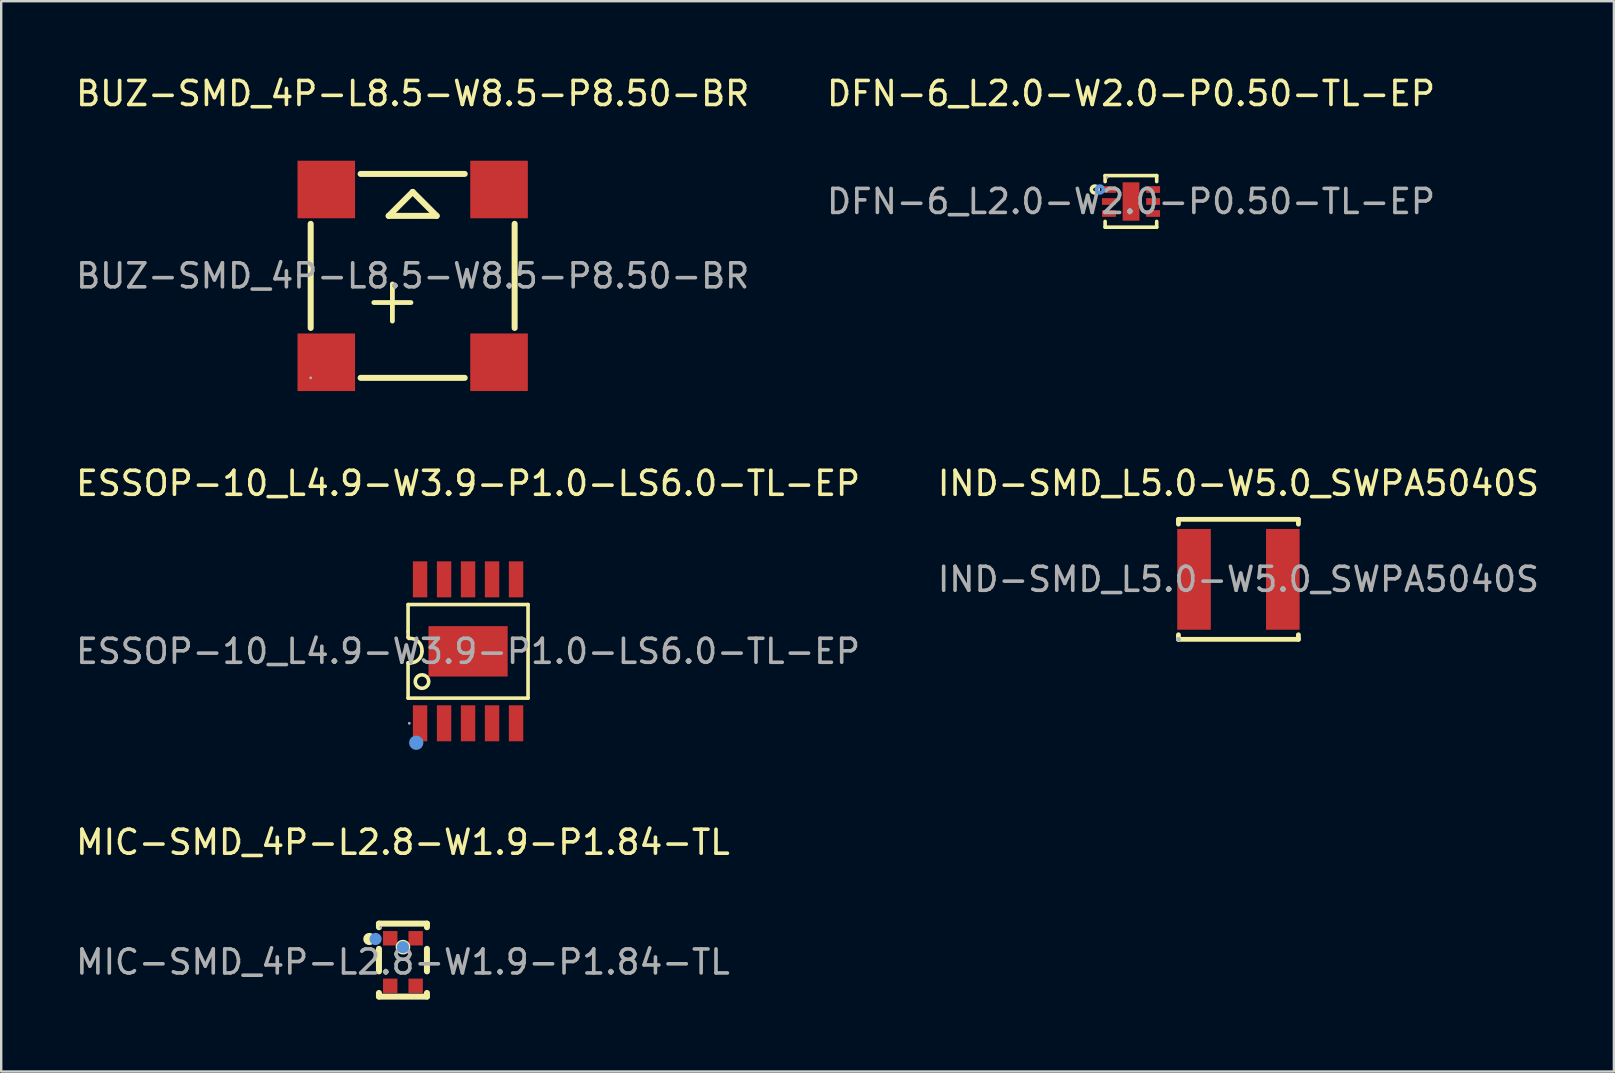
<source format=kicad_pcb>
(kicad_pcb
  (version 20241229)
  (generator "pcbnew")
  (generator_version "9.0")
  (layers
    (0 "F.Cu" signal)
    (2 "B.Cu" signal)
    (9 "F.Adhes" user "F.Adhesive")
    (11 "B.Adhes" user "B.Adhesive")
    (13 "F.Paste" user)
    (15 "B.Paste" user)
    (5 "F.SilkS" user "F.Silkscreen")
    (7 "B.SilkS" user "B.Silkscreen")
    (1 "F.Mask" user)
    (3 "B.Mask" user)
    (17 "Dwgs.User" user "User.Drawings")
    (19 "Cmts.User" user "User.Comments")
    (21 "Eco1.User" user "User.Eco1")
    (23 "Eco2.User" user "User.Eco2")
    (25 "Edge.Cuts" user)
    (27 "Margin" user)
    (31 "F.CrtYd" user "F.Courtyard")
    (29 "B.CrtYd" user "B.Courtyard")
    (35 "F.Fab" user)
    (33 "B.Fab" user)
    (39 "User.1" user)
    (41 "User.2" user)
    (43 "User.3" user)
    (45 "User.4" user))
  (footprint "MIC-SMD_4P-L2.8-W1.9-P1.84-TL"
    (layer "F.Cu")
    (at 13.744 37.045)
    (property "Reference" "MIC-SMD_4P-L2.8-W1.9-P1.84-TL" (at 0 -4.99 0) (layer "F.SilkS") (effects (font (size 1 1) (thickness 0.15))))
    (attr smd)
    (fp_line (start -1 -1.6) (end -1 -1.45) (stroke (width 0.25) (type solid)) (layer "F.SilkS"))
    (fp_line (start -1 -1.6) (end 1 -1.6) (stroke (width 0.25) (type solid)) (layer "F.SilkS"))
    (fp_line (start -1 -0.55) (end -1 0.39) (stroke (width 0.25) (type solid)) (layer "F.SilkS"))
    (fp_line (start -1 1.29) (end -1 1.44) (stroke (width 0.25) (type solid)) (layer "F.SilkS"))
    (fp_line (start -1 1.44) (end 1 1.44) (stroke (width 0.25) (type solid)) (layer "F.SilkS"))
    (fp_line (start 1 -1.6) (end 1 -1.45) (stroke (width 0.25) (type solid)) (layer "F.SilkS"))
    (fp_line (start 1 -0.55) (end 1 0.39) (stroke (width 0.25) (type solid)) (layer "F.SilkS"))
    (fp_line (start 1 1.29) (end 1 1.44) (stroke (width 0.25) (type solid)) (layer "F.SilkS"))
    (fp_circle (center -1.4 -0.96) (end -1.27 -0.96) (stroke (width 0.25) (type solid)) (fill no) (layer "F.SilkS"))
    (fp_circle (center 0 -0.62) (end 0.18 -0.62) (stroke (width 0.25) (type solid)) (fill no) (layer "F.SilkS"))
    (fp_circle (center -1.14 -0.96) (end -1.01 -0.96) (stroke (width 0.25) (type solid)) (fill no) (layer "Cmts.User"))
    (fp_circle (center 0 -0.62) (end 0.13 -0.62) (stroke (width 0.25) (type solid)) (fill no) (layer "Cmts.User"))
    (fp_circle (center -0.93 -1.45) (end -0.9 -1.45) (stroke (width 0.06) (type solid)) (fill no) (layer "F.Fab"))
    (fp_text user "${REFERENCE}" (at 0 0 0) (layer "F.Fab") (effects (font (size 1 1) (thickness 0.15))))
    (pad "1" smd rect (at -0.53 -0.99) (size 0.6 0.6) (layers "F.Cu" "F.Mask" "F.Paste"))
    (pad "2" smd rect (at -0.53 0.99) (size 0.6 0.6) (layers "F.Cu" "F.Mask" "F.Paste"))
    (pad "3" smd rect (at 0.53 0.99) (size 0.6 0.6) (layers "F.Cu" "F.Mask" "F.Paste"))
    (pad "4" smd rect (at 0.53 -0.99) (size 0.6 0.6) (layers "F.Cu" "F.Mask" "F.Paste")))
  (footprint "BUZ-SMD_4P-L8.5-W8.5-P8.50-BR"
    (layer "F.Cu")
    (at 14.149 8.448)
    (property "Reference" "BUZ-SMD_4P-L8.5-W8.5-P8.50-BR" (at 0 -7.6 0) (layer "F.SilkS") (effects (font (size 1 1) (thickness 0.15))))
    (attr smd)
    (fp_line (start -4.25 2.17) (end -4.25 -2.17) (stroke (width 0.25) (type solid)) (layer "F.SilkS"))
    (fp_line (start -2.17 -4.25) (end 2.17 -4.25) (stroke (width 0.25) (type solid)) (layer "F.SilkS"))
    (fp_line (start -1 -2.5) (end 1 -2.5) (stroke (width 0.25) (type solid)) (layer "F.SilkS"))
    (fp_line (start 0 -3.5) (end -1 -2.5) (stroke (width 0.25) (type solid)) (layer "F.SilkS"))
    (fp_line (start 1 -2.5) (end 0 -3.5) (stroke (width 0.25) (type solid)) (layer "F.SilkS"))
    (fp_line (start 2.17 4.25) (end -2.17 4.25) (stroke (width 0.25) (type solid)) (layer "F.SilkS"))
    (fp_line (start 4.25 -2.17) (end 4.25 2.17) (stroke (width 0.25) (type solid)) (layer "F.SilkS"))
    (fp_circle (center -4.25 4.25) (end -4.22 4.25) (stroke (width 0.06) (type solid)) (fill no) (layer "F.Fab"))
    (fp_text user "+" (at -1 2.5 90) (layer "F.SilkS") (effects (font (size 2.03 2.03) (thickness 0.2)) (justify left)))
    (fp_text user "${REFERENCE}" (at 0 0 0) (layer "F.Fab") (effects (font (size 1 1) (thickness 0.15))))
    (pad "1" smd rect (at -3.6 3.6) (size 2.4 2.4) (layers "F.Cu" "F.Mask" "F.Paste"))
    (pad "2" smd rect (at 3.6 3.6) (size 2.4 2.4) (layers "F.Cu" "F.Mask" "F.Paste"))
    (pad "3" smd rect (at 3.6 -3.6) (size 2.4 2.4) (layers "F.Cu" "F.Mask" "F.Paste"))
    (pad "4" smd rect (at -3.6 -3.6) (size 2.4 2.4) (layers "F.Cu" "F.Mask" "F.Paste")))
  (footprint "DFN-6_L2.0-W2.0-P0.50-TL-EP"
    (layer "F.Cu")
    (at 44.089 5.348)
    (property "Reference" "DFN-6_L2.0-W2.0-P0.50-TL-EP" (at 0 -4.5 0) (layer "F.SilkS") (effects (font (size 1 1) (thickness 0.15))))
    (attr through_hole)
    (fp_line (start -1.08 -1.08) (end 1.07 -1.08) (stroke (width 0.15) (type solid)) (layer "F.SilkS"))
    (fp_line (start -1.08 -0.83) (end -1.08 -1.08) (stroke (width 0.15) (type solid)) (layer "F.SilkS"))
    (fp_line (start -1.08 0.83) (end -1.08 1.07) (stroke (width 0.15) (type solid)) (layer "F.SilkS"))
    (fp_line (start -1.08 1.07) (end 1.07 1.07) (stroke (width 0.15) (type solid)) (layer "F.SilkS"))
    (fp_line (start 1.07 -1.08) (end 1.07 -0.83) (stroke (width 0.15) (type solid)) (layer "F.SilkS"))
    (fp_line (start 1.07 1.07) (end 1.07 0.83) (stroke (width 0.15) (type solid)) (layer "F.SilkS"))
    (fp_circle (center -1.51 -0.5) (end -1.44 -0.5) (stroke (width 0.15) (type solid)) (fill no) (layer "F.SilkS"))
    (fp_circle (center -1.3 -0.5) (end -1.23 -0.5) (stroke (width 0.15) (type solid)) (fill no) (layer "Cmts.User"))
    (fp_circle (center -1 -1) (end -0.97 -1) (stroke (width 0.06) (type solid)) (fill no) (layer "F.Fab"))
    (fp_text user "${REFERENCE}" (at 0 0 0) (layer "F.Fab") (effects (font (size 1 1) (thickness 0.15))))
    (pad "1" smd rect (at -0.92 -0.5 270) (size 0.28 0.58) (layers "F.Cu" "F.Mask" "F.Paste"))
    (pad "2" smd rect (at -0.92 0 270) (size 0.28 0.58) (layers "F.Cu" "F.Mask" "F.Paste"))
    (pad "3" smd rect (at -0.92 0.5 270) (size 0.28 0.58) (layers "F.Cu" "F.Mask" "F.Paste"))
    (pad "4" smd rect (at 0.92 0.5 270) (size 0.28 0.58) (layers "F.Cu" "F.Mask" "F.Paste"))
    (pad "5" smd rect (at 0.92 0 270) (size 0.28 0.58) (layers "F.Cu" "F.Mask" "F.Paste"))
    (pad "6" smd rect (at 0.92 -0.5 270) (size 0.28 0.58) (layers "F.Cu" "F.Mask" "F.Paste"))
    (pad "7" smd rect (at 0 0 270) (size 1.6 0.7) (layers "F.Cu" "F.Mask" "F.Paste")))
  (footprint "IND-SMD_L5.0-W5.0_SWPA5040S"
    (layer "F.Cu")
    (at 48.565 21.096)
    (property "Reference" "IND-SMD_L5.0-W5.0_SWPA5040S" (at 0 -4 0) (layer "F.SilkS") (effects (font (size 1 1) (thickness 0.15))))
    (attr smd)
    (fp_line (start -2.5 -2.5) (end -2.5 -2.3) (stroke (width 0.2) (type solid)) (layer "F.SilkS"))
    (fp_line (start -2.5 -2.5) (end 2.5 -2.5) (stroke (width 0.2) (type solid)) (layer "F.SilkS"))
    (fp_line (start -2.5 2.31) (end -2.5 2.5) (stroke (width 0.2) (type solid)) (layer "F.SilkS"))
    (fp_line (start -2.5 2.5) (end 2.5 2.5) (stroke (width 0.2) (type solid)) (layer "F.SilkS"))
    (fp_line (start 2.5 -2.3) (end 2.5 -2.5) (stroke (width 0.2) (type solid)) (layer "F.SilkS"))
    (fp_line (start 2.5 2.5) (end 2.5 2.31) (stroke (width 0.2) (type solid)) (layer "F.SilkS"))
    (fp_circle (center -2.5 2.5) (end -2.45 2.5) (stroke (width 0.1) (type solid)) (fill no) (layer "F.Fab"))
    (fp_text user "${REFERENCE}" (at 0 0 0) (layer "F.Fab") (effects (font (size 1 1) (thickness 0.15))))
    (pad "1" smd rect (at -1.85 0) (size 1.4 4.2) (layers "F.Cu" "F.Mask" "F.Paste"))
    (pad "2" smd rect (at 1.85 0) (size 1.4 4.2) (layers "F.Cu" "F.Mask" "F.Paste")))
  (footprint "ESSOP-10_L4.9-W3.9-P1.0-LS6.0-TL-EP"
    (layer "F.Cu")
    (at 16.458 24.096)
    (property "Reference" "ESSOP-10_L4.9-W3.9-P1.0-LS6.0-TL-EP" (at 0 -7 0) (layer "F.SilkS") (effects (font (size 1 1) (thickness 0.15))))
    (attr smd)
    (fp_line (start -2.5 -1.95) (end 2.5 -1.95) (stroke (width 0.15) (type solid)) (layer "F.SilkS"))
    (fp_line (start -2.5 -0.82) (end -2.5 -1.95) (stroke (width 0.15) (type solid)) (layer "F.SilkS"))
    (fp_line (start -2.5 -0.58) (end -2.5 -0.82) (stroke (width 0.15) (type solid)) (layer "F.SilkS"))
    (fp_line (start -2.5 0.48) (end -2.4 0.48) (stroke (width 0.15) (type solid)) (layer "F.SilkS"))
    (fp_line (start -2.5 1.95) (end -2.5 0.48) (stroke (width 0.15) (type solid)) (layer "F.SilkS"))
    (fp_line (start -2.5 1.95) (end 2.5 1.95) (stroke (width 0.15) (type solid)) (layer "F.SilkS"))
    (fp_line (start -2.46 -0.54) (end -2.5 -0.58) (stroke (width 0.15) (type solid)) (layer "F.SilkS"))
    (fp_line (start 2.5 1.95) (end 2.5 -1.95) (stroke (width 0.15) (type solid)) (layer "F.SilkS"))
    (fp_arc (start -2.46 -0.54) (mid -2.063982 -0.393343) (end -1.920316 0.00377) (stroke (width 0.15) (type solid)) (layer "F.SilkS"))
    (fp_arc (start -1.92 0) (mid -2.060589 0.339411) (end -2.4 0.48) (stroke (width 0.15) (type solid)) (layer "F.SilkS"))
    (fp_circle (center -1.92 1.26) (end -1.64 1.26) (stroke (width 0.15) (type solid)) (fill no) (layer "F.SilkS"))
    (fp_circle (center -2.16 3.81) (end -2.01 3.81) (stroke (width 0.3) (type solid)) (fill no) (layer "Cmts.User"))
    (fp_circle (center -2.45 3) (end -2.42 3) (stroke (width 0.06) (type solid)) (fill no) (layer "F.Fab"))
    (fp_text user "${REFERENCE}" (at 0 0 0) (layer "F.Fab") (effects (font (size 1 1) (thickness 0.15))))
    (pad "1" smd rect (at -2 3 90) (size 1.5 0.6) (layers "F.Cu" "F.Mask" "F.Paste"))
    (pad "2" smd rect (at -1 3 90) (size 1.5 0.6) (layers "F.Cu" "F.Mask" "F.Paste"))
    (pad "3" smd rect (at 0 3 90) (size 1.5 0.6) (layers "F.Cu" "F.Mask" "F.Paste"))
    (pad "4" smd rect (at 1 3 90) (size 1.5 0.6) (layers "F.Cu" "F.Mask" "F.Paste"))
    (pad "5" smd rect (at 2 3 90) (size 1.5 0.6) (layers "F.Cu" "F.Mask" "F.Paste"))
    (pad "6" smd rect (at 2 -3 90) (size 1.5 0.6) (layers "F.Cu" "F.Mask" "F.Paste"))
    (pad "7" smd rect (at 1 -3 90) (size 1.5 0.6) (layers "F.Cu" "F.Mask" "F.Paste"))
    (pad "8" smd rect (at 0 -3 90) (size 1.5 0.6) (layers "F.Cu" "F.Mask" "F.Paste"))
    (pad "9" smd rect (at -1 -3 90) (size 1.5 0.6) (layers "F.Cu" "F.Mask" "F.Paste"))
    (pad "10" smd rect (at -2 -3 90) (size 1.5 0.6) (layers "F.Cu" "F.Mask" "F.Paste"))
    (pad "11" smd rect (at 0 0 180) (size 3.3 2.1) (layers "F.Cu" "F.Mask" "F.Paste")))
  (gr_rect
    (start -3 -3)
    (end 64.214 41.61)
    (stroke (width 0.1) (type default))
    (fill no)
    (layer "Edge.Cuts")))
</source>
